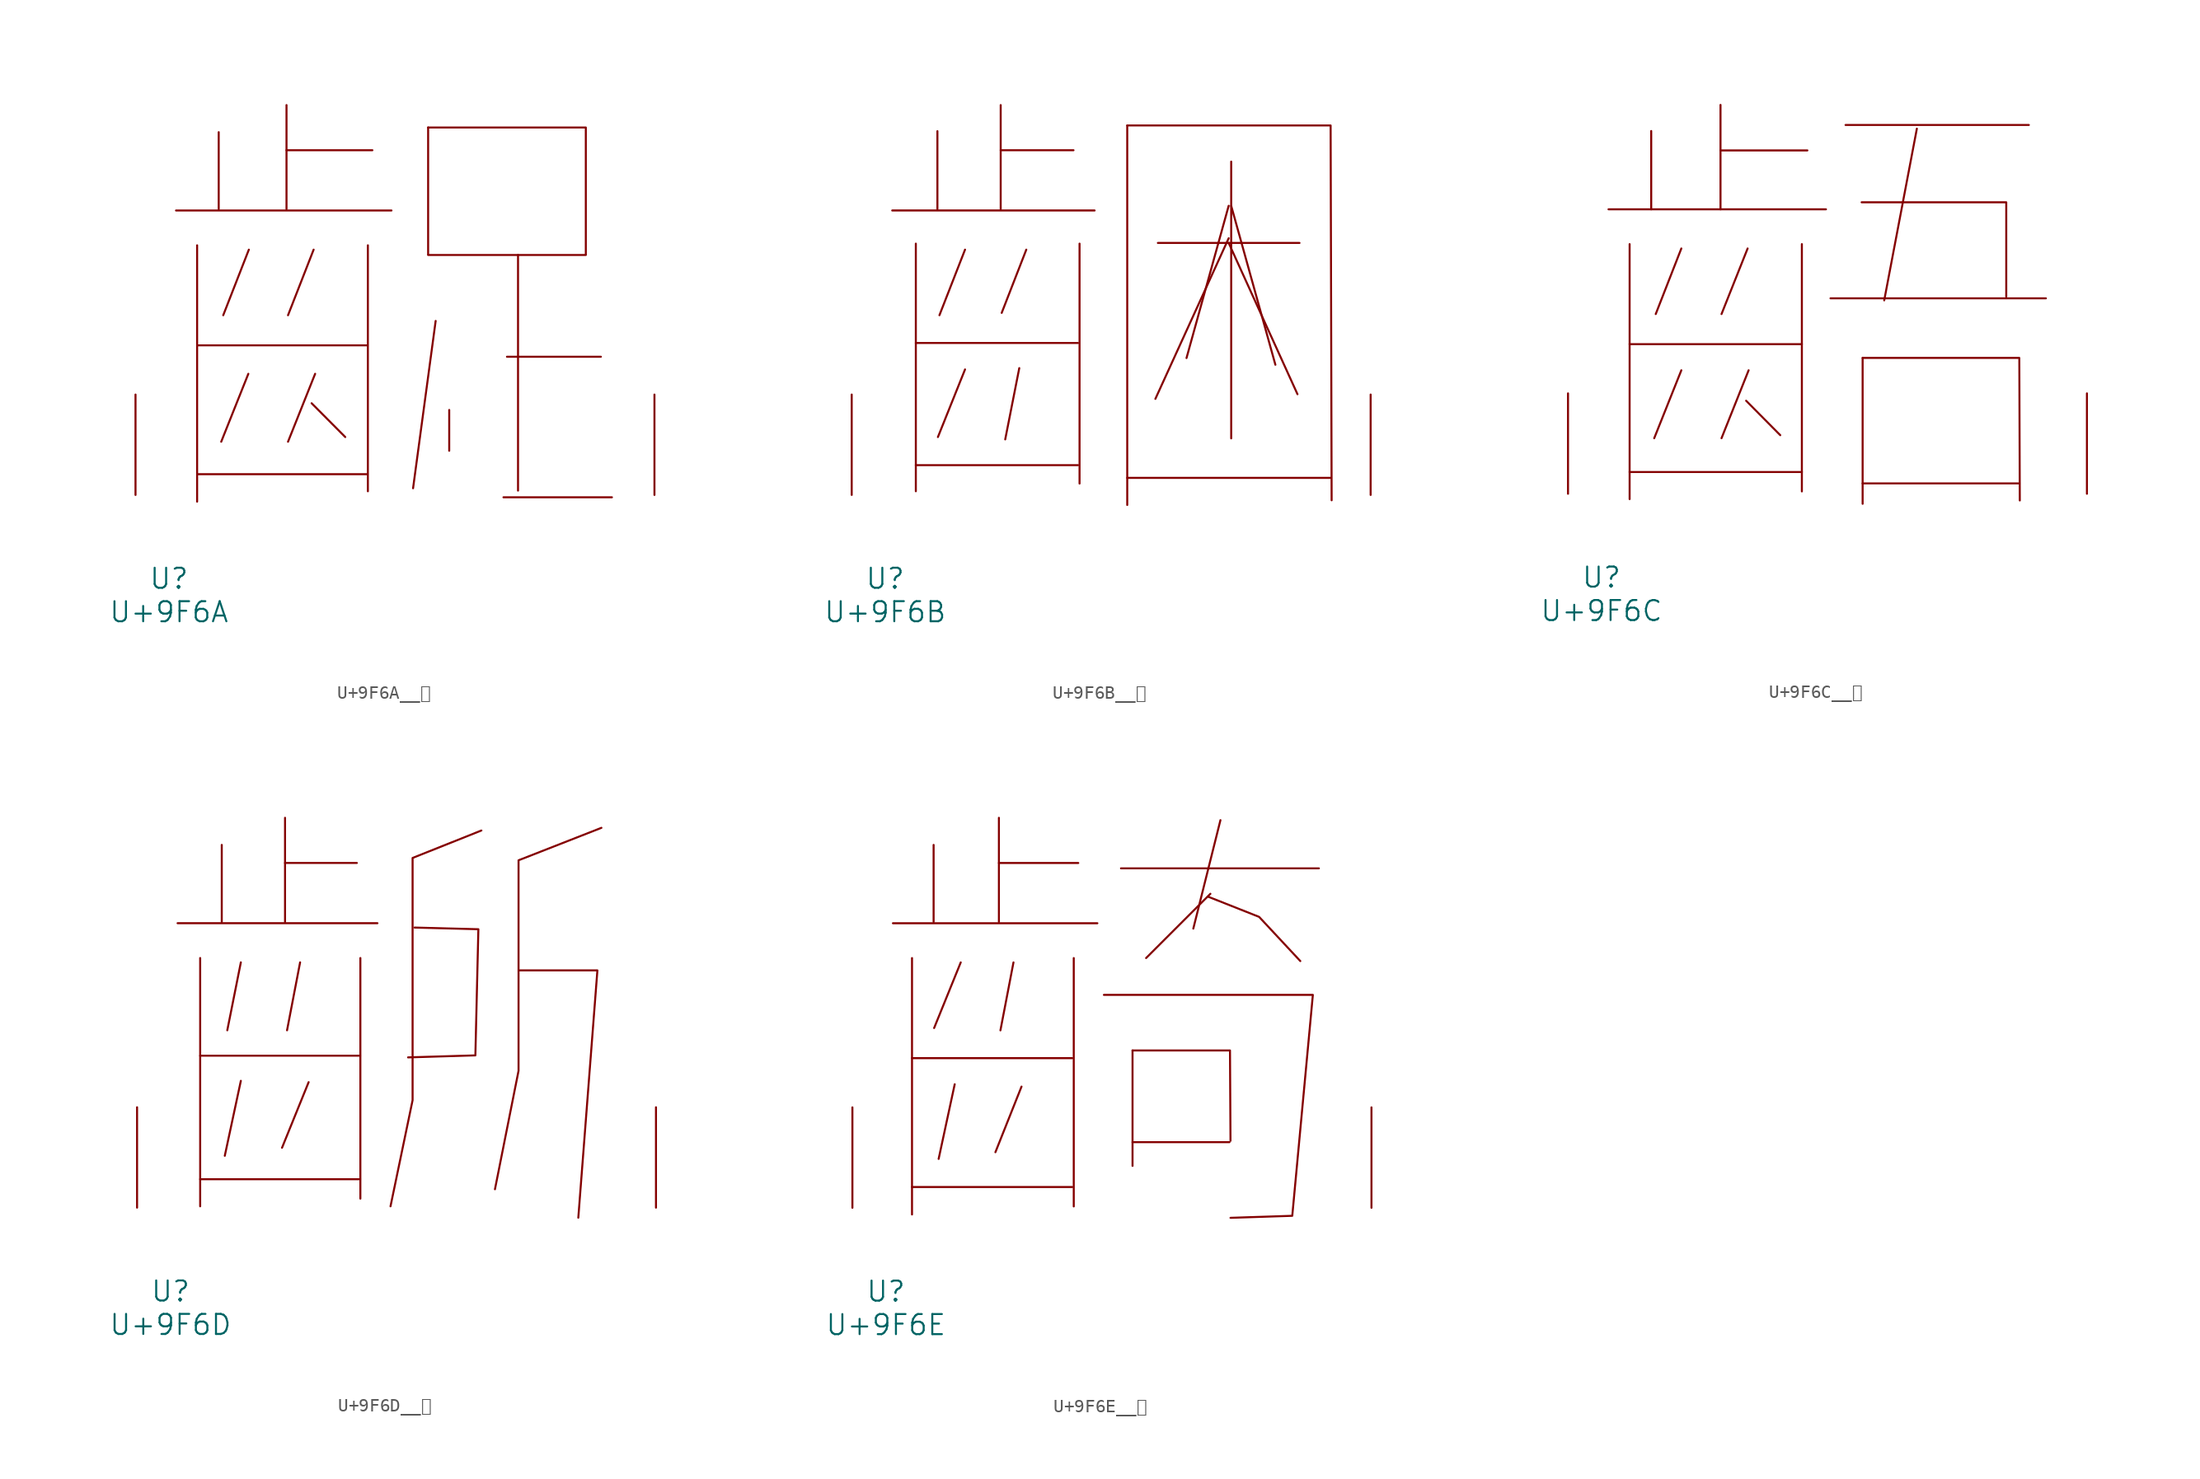
<source format=kicad_sym>
(kicad_symbol_lib
  (version 20231120)
  (generator "kicad_symbol_editor")
  (generator_version "8.0")
  (symbol "U+9F6A__齪"
    (pin_names
      (offset 1.016))
    (property "Reference" "U"
      (at 0 -6.35 0)
      (effects (font (size 1.524 1.524))))
    (property "Value" "U+9F6A"
      (at 0 -8.89 0)
      (effects (font (size 1.524 1.524))))
    (symbol "U+9F6A__齪_0_1"
      (polyline (pts (xy 0.533 21.59) (xy 16.878 21.59)) (stroke (width 0) (type solid)) (fill (type none)))
      (polyline (pts (xy 2.134 1.575) (xy 15.011 1.575)) (stroke (width 0) (type solid)) (fill (type none)))
      (polyline (pts (xy 2.134 11.354) (xy 15.011 11.354)) (stroke (width 0) (type solid)) (fill (type none)))
      (polyline (pts (xy 2.134 18.948) (xy 2.134 -0.508)) (stroke (width 0) (type solid)) (fill (type none)))
      (polyline (pts (xy 3.772 27.534) (xy 3.772 21.692)) (stroke (width 0) (type solid)) (fill (type none)))
      (polyline (pts (xy 6.02 9.195) (xy 3.962 4.039)) (stroke (width 0) (type solid)) (fill (type none)))
      (polyline (pts (xy 6.058 18.618) (xy 4.115 13.64)) (stroke (width 0) (type solid)) (fill (type none)))
      (polyline (pts (xy 8.915 26.162) (xy 15.431 26.162)) (stroke (width 0) (type solid)) (fill (type none)))
      (polyline (pts (xy 8.915 29.591) (xy 8.915 21.692)) (stroke (width 0) (type solid)) (fill (type none)))
      (polyline (pts (xy 10.82 6.96) (xy 13.373 4.394)) (stroke (width 0) (type solid)) (fill (type none)))
      (polyline (pts (xy 10.973 18.618) (xy 9.03 13.64)) (stroke (width 0) (type solid)) (fill (type none)))
      (polyline (pts (xy 11.087 9.195) (xy 9.03 4.039)) (stroke (width 0) (type solid)) (fill (type none)))
      (polyline (pts (xy 15.088 18.948) (xy 15.088 0.279)) (stroke (width 0) (type solid)) (fill (type none)))
      (polyline (pts (xy 19.66 18.212) (xy 31.623 18.212)) (stroke (width 0) (type solid)) (fill (type none)))
      (polyline (pts (xy 19.66 27.889) (xy 19.66 18.263)) (stroke (width 0) (type solid)) (fill (type none)))
      (polyline (pts (xy 20.231 13.208) (xy 18.517 0.508)) (stroke (width 0) (type solid)) (fill (type none)))
      (polyline (pts (xy 21.26 6.452) (xy 21.26 3.353)) (stroke (width 0) (type solid)) (fill (type none)))
      (polyline (pts (xy 25.375 -0.178) (xy 33.604 -0.178)) (stroke (width 0) (type solid)) (fill (type none)))
      (polyline (pts (xy 25.641 10.49) (xy 32.766 10.49)) (stroke (width 0) (type solid)) (fill (type none)))
      (polyline (pts (xy 26.48 18.212) (xy 26.48 0.33)) (stroke (width 0) (type solid)) (fill (type none)))
      (polyline (pts (xy 19.66 27.889) (xy 31.623 27.889) (xy 31.623 18.263)) (stroke (width 0) (type solid)) (fill (type none)))
      (pin input line (at -2.54 0 90) (length 7.62) (name "~" (effects (font (size 1.27 1.27)))) (number "~" (effects (font (size 1.27 1.27)))))
      (pin input line (at 36.83 0 90) (length 7.62) (name "~" (effects (font (size 1.27 1.27)))) (number "~" (effects (font (size 1.27 1.27)))))))
  (symbol "U+9F6B__齫"
    (pin_names
      (offset 1.016))
    (property "Reference" "U"
      (at 0 -6.35 0)
      (effects (font (size 1.524 1.524))))
    (property "Value" "U+9F6B"
      (at 0 -8.89 0)
      (effects (font (size 1.524 1.524))))
    (symbol "U+9F6B__齫_0_1"
      (polyline (pts (xy 0.533 21.59) (xy 15.888 21.59)) (stroke (width 0) (type solid)) (fill (type none)))
      (polyline (pts (xy 2.324 2.261) (xy 14.63 2.261)) (stroke (width 0) (type solid)) (fill (type none)))
      (polyline (pts (xy 2.324 11.532) (xy 14.63 11.532)) (stroke (width 0) (type solid)) (fill (type none)))
      (polyline (pts (xy 2.324 19.075) (xy 2.324 0.279)) (stroke (width 0) (type solid)) (fill (type none)))
      (polyline (pts (xy 3.962 27.61) (xy 3.962 21.692)) (stroke (width 0) (type solid)) (fill (type none)))
      (polyline (pts (xy 6.058 9.525) (xy 4 4.394)) (stroke (width 0) (type solid)) (fill (type none)))
      (polyline (pts (xy 6.058 18.618) (xy 4.115 13.64)) (stroke (width 0) (type solid)) (fill (type none)))
      (polyline (pts (xy 8.763 26.162) (xy 14.287 26.162)) (stroke (width 0) (type solid)) (fill (type none)))
      (polyline (pts (xy 8.763 29.591) (xy 8.763 21.692)) (stroke (width 0) (type solid)) (fill (type none)))
      (polyline (pts (xy 10.173 9.627) (xy 9.106 4.216)) (stroke (width 0) (type solid)) (fill (type none)))
      (polyline (pts (xy 10.706 18.618) (xy 8.839 13.818)) (stroke (width 0) (type solid)) (fill (type none)))
      (polyline (pts (xy 14.745 19.075) (xy 14.745 0.864)) (stroke (width 0) (type solid)) (fill (type none)))
      (polyline (pts (xy 18.364 1.295) (xy 33.795 1.295)) (stroke (width 0) (type solid)) (fill (type none)))
      (polyline (pts (xy 18.364 28.042) (xy 18.364 -0.762)) (stroke (width 0) (type solid)) (fill (type none)))
      (polyline (pts (xy 20.688 19.126) (xy 31.433 19.126)) (stroke (width 0) (type solid)) (fill (type none)))
      (polyline (pts (xy 26.06 19.126) (xy 31.28 7.645)) (stroke (width 0) (type solid)) (fill (type none)))
      (polyline (pts (xy 26.06 19.482) (xy 20.498 7.29)) (stroke (width 0) (type solid)) (fill (type none)))
      (polyline (pts (xy 26.06 21.946) (xy 22.86 10.389)) (stroke (width 0) (type solid)) (fill (type none)))
      (polyline (pts (xy 26.251 21.946) (xy 29.604 9.881)) (stroke (width 0) (type solid)) (fill (type none)))
      (polyline (pts (xy 26.251 25.298) (xy 26.251 4.293)) (stroke (width 0) (type solid)) (fill (type none)))
      (polyline (pts (xy 18.364 28.042) (xy 33.795 28.042) (xy 33.871 -0.406)) (stroke (width 0) (type solid)) (fill (type none)))
      (pin input line (at -2.54 0 90) (length 7.62) (name "~" (effects (font (size 1.27 1.27)))) (number "~" (effects (font (size 1.27 1.27)))))
      (pin input line (at 36.83 0 90) (length 7.62) (name "~" (effects (font (size 1.27 1.27)))) (number "~" (effects (font (size 1.27 1.27)))))))
  (symbol "U+9F6C__齬"
    (pin_names
      (offset 1.016))
    (property "Reference" "U"
      (at 0 -6.35 0)
      (effects (font (size 1.524 1.524))))
    (property "Value" "U+9F6C"
      (at 0 -8.89 0)
      (effects (font (size 1.524 1.524))))
    (symbol "U+9F6C__齬_0_1"
      (polyline (pts (xy 0.533 21.59) (xy 17.031 21.59)) (stroke (width 0) (type solid)) (fill (type none)))
      (polyline (pts (xy 2.134 1.651) (xy 15.202 1.651)) (stroke (width 0) (type solid)) (fill (type none)))
      (polyline (pts (xy 2.134 11.354) (xy 15.202 11.354)) (stroke (width 0) (type solid)) (fill (type none)))
      (polyline (pts (xy 2.134 18.948) (xy 2.134 -0.406)) (stroke (width 0) (type solid)) (fill (type none)))
      (polyline (pts (xy 3.772 27.534) (xy 3.772 21.59)) (stroke (width 0) (type solid)) (fill (type none)))
      (polyline (pts (xy 6.058 9.373) (xy 4 4.216)) (stroke (width 0) (type solid)) (fill (type none)))
      (polyline (pts (xy 6.058 18.618) (xy 4.115 13.64)) (stroke (width 0) (type solid)) (fill (type none)))
      (polyline (pts (xy 9.03 26.06) (xy 15.621 26.06)) (stroke (width 0) (type solid)) (fill (type none)))
      (polyline (pts (xy 9.03 29.515) (xy 9.03 21.59)) (stroke (width 0) (type solid)) (fill (type none)))
      (polyline (pts (xy 10.973 7.061) (xy 13.564 4.445)) (stroke (width 0) (type solid)) (fill (type none)))
      (polyline (pts (xy 11.087 18.618) (xy 9.106 13.64)) (stroke (width 0) (type solid)) (fill (type none)))
      (polyline (pts (xy 11.163 9.373) (xy 9.106 4.216)) (stroke (width 0) (type solid)) (fill (type none)))
      (polyline (pts (xy 15.202 18.948) (xy 15.202 0.178)) (stroke (width 0) (type solid)) (fill (type none)))
      (polyline (pts (xy 17.374 14.834) (xy 33.718 14.834)) (stroke (width 0) (type solid)) (fill (type none)))
      (polyline (pts (xy 18.517 27.991) (xy 32.423 27.991)) (stroke (width 0) (type solid)) (fill (type none)))
      (polyline (pts (xy 19.812 0.787) (xy 31.623 0.787)) (stroke (width 0) (type solid)) (fill (type none)))
      (polyline (pts (xy 19.812 10.312) (xy 19.812 -0.762)) (stroke (width 0) (type solid)) (fill (type none)))
      (polyline (pts (xy 23.927 27.711) (xy 21.45 14.681)) (stroke (width 0) (type solid)) (fill (type none)))
      (polyline (pts (xy 19.736 22.123) (xy 30.709 22.123) (xy 30.709 14.961)) (stroke (width 0) (type solid)) (fill (type none)))
      (polyline (pts (xy 19.812 10.312) (xy 31.699 10.312) (xy 31.737 -0.508)) (stroke (width 0) (type solid)) (fill (type none)))
      (pin input line (at -2.54 0 90) (length 7.62) (name "~" (effects (font (size 1.27 1.27)))) (number "~" (effects (font (size 1.27 1.27)))))
      (pin input line (at 36.83 0 90) (length 7.62) (name "~" (effects (font (size 1.27 1.27)))) (number "~" (effects (font (size 1.27 1.27)))))))
  (symbol "U+9F6D__齭"
    (pin_names
      (offset 1.016))
    (property "Reference" "U"
      (at 0 -6.35 0)
      (effects (font (size 1.524 1.524))))
    (property "Value" "U+9F6D"
      (at 0 -8.89 0)
      (effects (font (size 1.524 1.524))))
    (symbol "U+9F6D__齭_0_1"
      (polyline (pts (xy 0.533 21.59) (xy 15.697 21.59)) (stroke (width 0) (type solid)) (fill (type none)))
      (polyline (pts (xy 2.248 2.159) (xy 14.287 2.159)) (stroke (width 0) (type solid)) (fill (type none)))
      (polyline (pts (xy 2.248 11.532) (xy 14.287 11.532)) (stroke (width 0) (type solid)) (fill (type none)))
      (polyline (pts (xy 2.248 18.948) (xy 2.248 0.102)) (stroke (width 0) (type solid)) (fill (type none)))
      (polyline (pts (xy 3.886 27.534) (xy 3.886 21.692)) (stroke (width 0) (type solid)) (fill (type none)))
      (polyline (pts (xy 5.334 9.627) (xy 4.115 3.937)) (stroke (width 0) (type solid)) (fill (type none)))
      (polyline (pts (xy 5.334 18.618) (xy 4.305 13.462)) (stroke (width 0) (type solid)) (fill (type none)))
      (polyline (pts (xy 8.687 26.162) (xy 14.135 26.162)) (stroke (width 0) (type solid)) (fill (type none)))
      (polyline (pts (xy 8.687 29.591) (xy 8.687 21.692)) (stroke (width 0) (type solid)) (fill (type none)))
      (polyline (pts (xy 9.83 18.618) (xy 8.839 13.462)) (stroke (width 0) (type solid)) (fill (type none)))
      (polyline (pts (xy 10.477 9.525) (xy 8.458 4.547)) (stroke (width 0) (type solid)) (fill (type none)))
      (polyline (pts (xy 14.402 18.948) (xy 14.402 0.686)) (stroke (width 0) (type solid)) (fill (type none)))
      (polyline (pts (xy 26.48 18.009) (xy 32.385 18.009) (xy 30.937 -0.762)) (stroke (width 0) (type solid)) (fill (type none)))
      (polyline (pts (xy 18.517 21.26) (xy 23.355 21.133) (xy 23.127 11.557) (xy 18.021 11.405)) (stroke (width 0) (type solid)) (fill (type none)))
      (polyline (pts (xy 23.584 28.626) (xy 18.364 26.543) (xy 18.364 8.153) (xy 16.688 0.102)) (stroke (width 0) (type solid)) (fill (type none)))
      (polyline (pts (xy 32.69 28.829) (xy 26.403 26.365) (xy 26.403 10.389) (xy 24.613 1.397)) (stroke (width 0) (type solid)) (fill (type none)))
      (pin input line (at -2.54 0 90) (length 7.62) (name "~" (effects (font (size 1.27 1.27)))) (number "~" (effects (font (size 1.27 1.27)))))
      (pin input line (at 36.83 0 90) (length 7.62) (name "~" (effects (font (size 1.27 1.27)))) (number "~" (effects (font (size 1.27 1.27)))))))
  (symbol "U+9F6E__齮"
    (pin_names
      (offset 1.016))
    (property "Reference" "U"
      (at 0 -6.35 0)
      (effects (font (size 1.524 1.524))))
    (property "Value" "U+9F6E"
      (at 0 -8.89 0)
      (effects (font (size 1.524 1.524))))
    (symbol "U+9F6E__齮_0_1"
      (polyline (pts (xy 0.533 21.59) (xy 16.04 21.59)) (stroke (width 0) (type solid)) (fill (type none)))
      (polyline (pts (xy 1.981 1.575) (xy 14.135 1.575)) (stroke (width 0) (type solid)) (fill (type none)))
      (polyline (pts (xy 1.981 11.354) (xy 14.135 11.354)) (stroke (width 0) (type solid)) (fill (type none)))
      (polyline (pts (xy 1.981 18.948) (xy 1.981 -0.508)) (stroke (width 0) (type solid)) (fill (type none)))
      (polyline (pts (xy 3.619 27.534) (xy 3.619 21.692)) (stroke (width 0) (type solid)) (fill (type none)))
      (polyline (pts (xy 5.22 9.373) (xy 4 3.708)) (stroke (width 0) (type solid)) (fill (type none)))
      (polyline (pts (xy 5.677 18.618) (xy 3.658 13.64)) (stroke (width 0) (type solid)) (fill (type none)))
      (polyline (pts (xy 8.572 26.162) (xy 14.592 26.162)) (stroke (width 0) (type solid)) (fill (type none)))
      (polyline (pts (xy 8.572 29.591) (xy 8.572 21.692)) (stroke (width 0) (type solid)) (fill (type none)))
      (polyline (pts (xy 9.677 18.618) (xy 8.687 13.462)) (stroke (width 0) (type solid)) (fill (type none)))
      (polyline (pts (xy 10.287 9.195) (xy 8.306 4.216)) (stroke (width 0) (type solid)) (fill (type none)))
      (polyline (pts (xy 14.249 18.948) (xy 14.249 0.102)) (stroke (width 0) (type solid)) (fill (type none)))
      (polyline (pts (xy 17.831 25.756) (xy 32.842 25.756)) (stroke (width 0) (type solid)) (fill (type none)))
      (polyline (pts (xy 18.707 4.978) (xy 26.06 4.978)) (stroke (width 0) (type solid)) (fill (type none)))
      (polyline (pts (xy 18.707 11.938) (xy 18.707 3.175)) (stroke (width 0) (type solid)) (fill (type none)))
      (polyline (pts (xy 24.613 23.825) (xy 19.736 18.948)) (stroke (width 0) (type solid)) (fill (type none)))
      (polyline (pts (xy 25.375 29.413) (xy 23.317 21.184)) (stroke (width 0) (type solid)) (fill (type none)))
      (polyline (pts (xy 18.707 11.938) (xy 26.099 11.938) (xy 26.137 5.08)) (stroke (width 0) (type solid)) (fill (type none)))
      (polyline (pts (xy 24.46 23.597) (xy 28.308 22.073) (xy 31.433 18.72)) (stroke (width 0) (type solid)) (fill (type none)))
      (polyline (pts (xy 16.535 16.154) (xy 32.385 16.154) (xy 30.823 -0.61) (xy 26.137 -0.762)) (stroke (width 0) (type solid)) (fill (type none)))
      (pin input line (at -2.54 0 90) (length 7.62) (name "~" (effects (font (size 1.27 1.27)))) (number "~" (effects (font (size 1.27 1.27)))))
      (pin input line (at 36.83 0 90) (length 7.62) (name "~" (effects (font (size 1.27 1.27)))) (number "~" (effects (font (size 1.27 1.27))))))))
</source>
